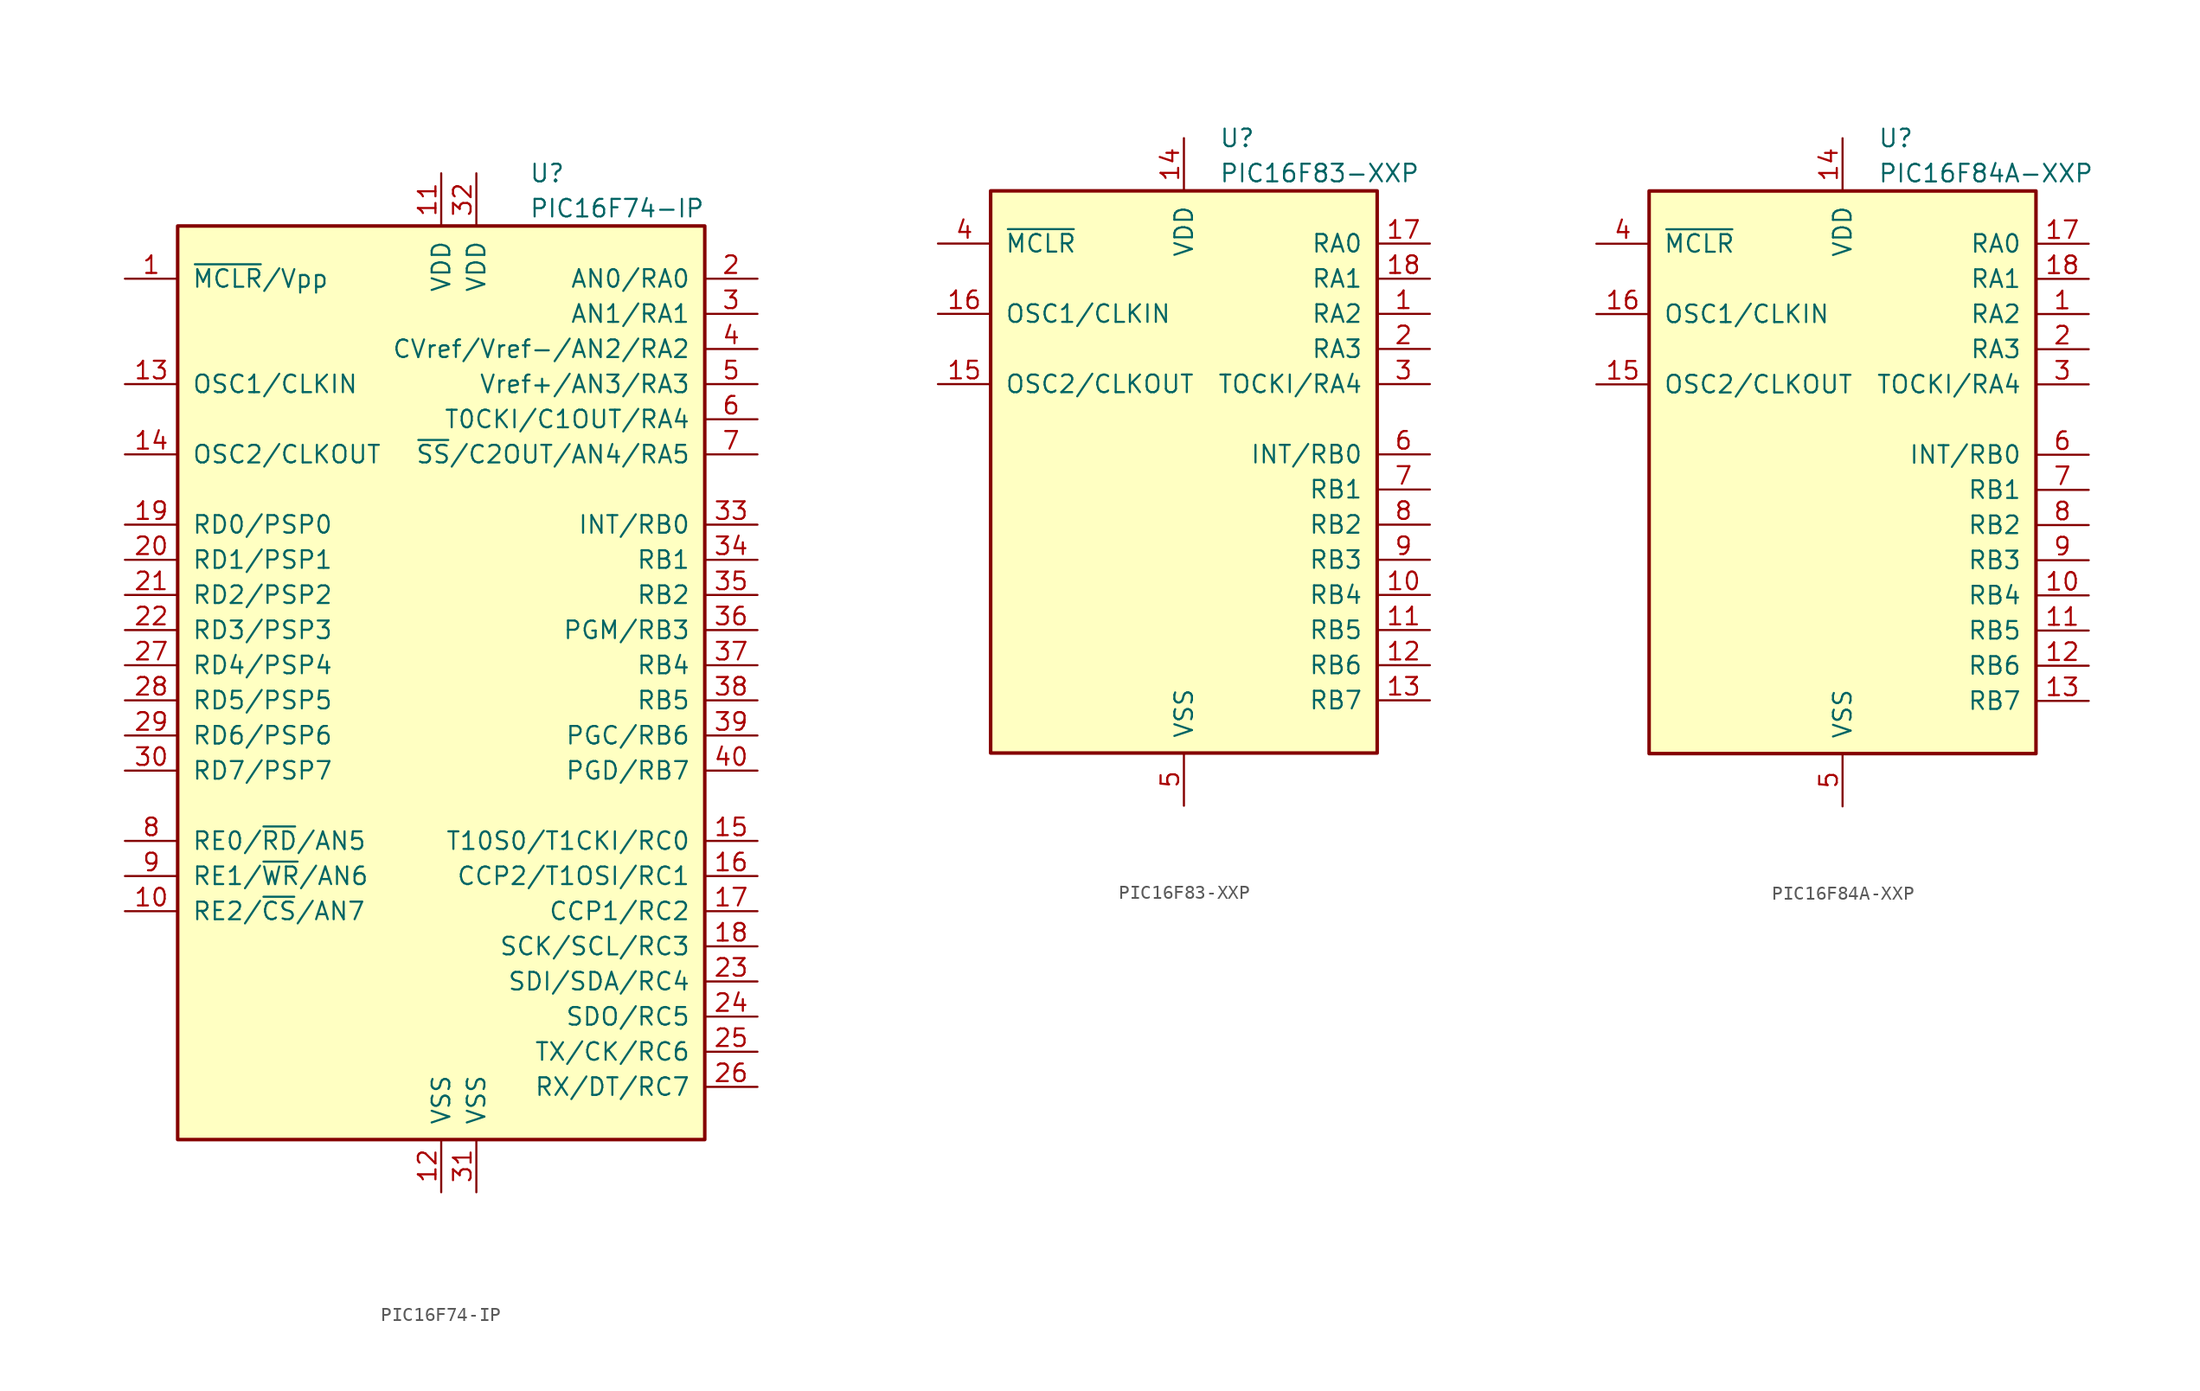
<source format=kicad_sym>
(kicad_symbol_lib
  (version 20201005)
  (generator kicad_symbol_editor)
  (symbol "MCU_Microchip_PIC16:PIC16F74-IP"
    (pin_names
      (offset 1.016))
    (property "Reference" "U"
      (at 6.35 35.56 0)
      (effects (font (size 1.27 1.27)) (justify left)))
    (property "Value" "PIC16F74-IP"
      (at 6.35 33.02 0)
      (effects (font (size 1.27 1.27)) (justify left)))
    (symbol "PIC16F74-IP_0_1"
      (rectangle (start -19.05 -34.29) (end 19.05 31.75) (stroke (width 0.254)) (fill (type background))))
    (symbol "PIC16F74-IP_1_1"
      (pin input line (at -22.86 27.94 0) (length 3.81) (name "~MCLR~/Vpp" (effects (font (size 1.27 1.27)))) (number "1" (effects (font (size 1.27 1.27)))))
      (pin bidirectional line (at -22.86 -17.78 0) (length 3.81) (name "RE2/~CS~/AN7" (effects (font (size 1.27 1.27)))) (number "10" (effects (font (size 1.27 1.27)))))
      (pin power_in line (at 0 35.56 270) (length 3.81) (name "VDD" (effects (font (size 1.27 1.27)))) (number "11" (effects (font (size 1.27 1.27)))))
      (pin power_in line (at 0 -38.1 90) (length 3.81) (name "VSS" (effects (font (size 1.27 1.27)))) (number "12" (effects (font (size 1.27 1.27)))))
      (pin input line (at -22.86 20.32 0) (length 3.81) (name "OSC1/CLKIN" (effects (font (size 1.27 1.27)))) (number "13" (effects (font (size 1.27 1.27)))))
      (pin output line (at -22.86 15.24 0) (length 3.81) (name "OSC2/CLKOUT" (effects (font (size 1.27 1.27)))) (number "14" (effects (font (size 1.27 1.27)))))
      (pin bidirectional line (at 22.86 -12.7 180) (length 3.81) (name "T10S0/T1CKI/RC0" (effects (font (size 1.27 1.27)))) (number "15" (effects (font (size 1.27 1.27)))))
      (pin bidirectional line (at 22.86 -15.24 180) (length 3.81) (name "CCP2/T1OSI/RC1" (effects (font (size 1.27 1.27)))) (number "16" (effects (font (size 1.27 1.27)))))
      (pin bidirectional line (at 22.86 -17.78 180) (length 3.81) (name "CCP1/RC2" (effects (font (size 1.27 1.27)))) (number "17" (effects (font (size 1.27 1.27)))))
      (pin bidirectional line (at 22.86 -20.32 180) (length 3.81) (name "SCK/SCL/RC3" (effects (font (size 1.27 1.27)))) (number "18" (effects (font (size 1.27 1.27)))))
      (pin bidirectional line (at -22.86 10.16 0) (length 3.81) (name "RD0/PSP0" (effects (font (size 1.27 1.27)))) (number "19" (effects (font (size 1.27 1.27)))))
      (pin bidirectional line (at 22.86 27.94 180) (length 3.81) (name "AN0/RA0" (effects (font (size 1.27 1.27)))) (number "2" (effects (font (size 1.27 1.27)))))
      (pin bidirectional line (at -22.86 7.62 0) (length 3.81) (name "RD1/PSP1" (effects (font (size 1.27 1.27)))) (number "20" (effects (font (size 1.27 1.27)))))
      (pin bidirectional line (at -22.86 5.08 0) (length 3.81) (name "RD2/PSP2" (effects (font (size 1.27 1.27)))) (number "21" (effects (font (size 1.27 1.27)))))
      (pin bidirectional line (at -22.86 2.54 0) (length 3.81) (name "RD3/PSP3" (effects (font (size 1.27 1.27)))) (number "22" (effects (font (size 1.27 1.27)))))
      (pin bidirectional line (at 22.86 -22.86 180) (length 3.81) (name "SDI/SDA/RC4" (effects (font (size 1.27 1.27)))) (number "23" (effects (font (size 1.27 1.27)))))
      (pin bidirectional line (at 22.86 -25.4 180) (length 3.81) (name "SDO/RC5" (effects (font (size 1.27 1.27)))) (number "24" (effects (font (size 1.27 1.27)))))
      (pin bidirectional line (at 22.86 -27.94 180) (length 3.81) (name "TX/CK/RC6" (effects (font (size 1.27 1.27)))) (number "25" (effects (font (size 1.27 1.27)))))
      (pin bidirectional line (at 22.86 -30.48 180) (length 3.81) (name "RX/DT/RC7" (effects (font (size 1.27 1.27)))) (number "26" (effects (font (size 1.27 1.27)))))
      (pin bidirectional line (at -22.86 0 0) (length 3.81) (name "RD4/PSP4" (effects (font (size 1.27 1.27)))) (number "27" (effects (font (size 1.27 1.27)))))
      (pin bidirectional line (at -22.86 -2.54 0) (length 3.81) (name "RD5/PSP5" (effects (font (size 1.27 1.27)))) (number "28" (effects (font (size 1.27 1.27)))))
      (pin bidirectional line (at -22.86 -5.08 0) (length 3.81) (name "RD6/PSP6" (effects (font (size 1.27 1.27)))) (number "29" (effects (font (size 1.27 1.27)))))
      (pin bidirectional line (at 22.86 25.4 180) (length 3.81) (name "AN1/RA1" (effects (font (size 1.27 1.27)))) (number "3" (effects (font (size 1.27 1.27)))))
      (pin bidirectional line (at -22.86 -7.62 0) (length 3.81) (name "RD7/PSP7" (effects (font (size 1.27 1.27)))) (number "30" (effects (font (size 1.27 1.27)))))
      (pin power_in line (at 2.54 -38.1 90) (length 3.81) (name "VSS" (effects (font (size 1.27 1.27)))) (number "31" (effects (font (size 1.27 1.27)))))
      (pin power_in line (at 2.54 35.56 270) (length 3.81) (name "VDD" (effects (font (size 1.27 1.27)))) (number "32" (effects (font (size 1.27 1.27)))))
      (pin bidirectional line (at 22.86 10.16 180) (length 3.81) (name "INT/RB0" (effects (font (size 1.27 1.27)))) (number "33" (effects (font (size 1.27 1.27)))))
      (pin bidirectional line (at 22.86 7.62 180) (length 3.81) (name "RB1" (effects (font (size 1.27 1.27)))) (number "34" (effects (font (size 1.27 1.27)))))
      (pin bidirectional line (at 22.86 5.08 180) (length 3.81) (name "RB2" (effects (font (size 1.27 1.27)))) (number "35" (effects (font (size 1.27 1.27)))))
      (pin bidirectional line (at 22.86 2.54 180) (length 3.81) (name "PGM/RB3" (effects (font (size 1.27 1.27)))) (number "36" (effects (font (size 1.27 1.27)))))
      (pin bidirectional line (at 22.86 0 180) (length 3.81) (name "RB4" (effects (font (size 1.27 1.27)))) (number "37" (effects (font (size 1.27 1.27)))))
      (pin bidirectional line (at 22.86 -2.54 180) (length 3.81) (name "RB5" (effects (font (size 1.27 1.27)))) (number "38" (effects (font (size 1.27 1.27)))))
      (pin bidirectional line (at 22.86 -5.08 180) (length 3.81) (name "PGC/RB6" (effects (font (size 1.27 1.27)))) (number "39" (effects (font (size 1.27 1.27)))))
      (pin bidirectional line (at 22.86 22.86 180) (length 3.81) (name "CVref/Vref-/AN2/RA2" (effects (font (size 1.27 1.27)))) (number "4" (effects (font (size 1.27 1.27)))))
      (pin bidirectional line (at 22.86 -7.62 180) (length 3.81) (name "PGD/RB7" (effects (font (size 1.27 1.27)))) (number "40" (effects (font (size 1.27 1.27)))))
      (pin bidirectional line (at 22.86 20.32 180) (length 3.81) (name "Vref+/AN3/RA3" (effects (font (size 1.27 1.27)))) (number "5" (effects (font (size 1.27 1.27)))))
      (pin bidirectional line (at 22.86 17.78 180) (length 3.81) (name "T0CKI/C1OUT/RA4" (effects (font (size 1.27 1.27)))) (number "6" (effects (font (size 1.27 1.27)))))
      (pin bidirectional line (at 22.86 15.24 180) (length 3.81) (name "~SS~/C2OUT/AN4/RA5" (effects (font (size 1.27 1.27)))) (number "7" (effects (font (size 1.27 1.27)))))
      (pin bidirectional line (at -22.86 -12.7 0) (length 3.81) (name "RE0/~RD~/AN5" (effects (font (size 1.27 1.27)))) (number "8" (effects (font (size 1.27 1.27)))))
      (pin bidirectional line (at -22.86 -15.24 0) (length 3.81) (name "RE1/~WR~/AN6" (effects (font (size 1.27 1.27)))) (number "9" (effects (font (size 1.27 1.27)))))))
  (symbol "MCU_Microchip_PIC16:PIC16F83-XXP"
    (pin_names
      (offset 1.016))
    (property "Reference" "U"
      (at 2.54 22.86 0)
      (effects (font (size 1.27 1.27)) (justify left)))
    (property "Value" "PIC16F83-XXP"
      (at 2.54 20.32 0)
      (effects (font (size 1.27 1.27)) (justify left)))
    (symbol "PIC16F83-XXP_0_1"
      (rectangle (start -13.97 19.05) (end 13.97 -21.59) (stroke (width 0.254)) (fill (type background))))
    (symbol "PIC16F83-XXP_1_1"
      (pin bidirectional line (at 17.78 10.16 180) (length 3.81) (name "RA2" (effects (font (size 1.27 1.27)))) (number "1" (effects (font (size 1.27 1.27)))))
      (pin bidirectional line (at 17.78 -10.16 180) (length 3.81) (name "RB4" (effects (font (size 1.27 1.27)))) (number "10" (effects (font (size 1.27 1.27)))))
      (pin bidirectional line (at 17.78 -12.7 180) (length 3.81) (name "RB5" (effects (font (size 1.27 1.27)))) (number "11" (effects (font (size 1.27 1.27)))))
      (pin bidirectional line (at 17.78 -15.24 180) (length 3.81) (name "RB6" (effects (font (size 1.27 1.27)))) (number "12" (effects (font (size 1.27 1.27)))))
      (pin bidirectional line (at 17.78 -17.78 180) (length 3.81) (name "RB7" (effects (font (size 1.27 1.27)))) (number "13" (effects (font (size 1.27 1.27)))))
      (pin power_in line (at 0 22.86 270) (length 3.81) (name "VDD" (effects (font (size 1.27 1.27)))) (number "14" (effects (font (size 1.27 1.27)))))
      (pin output line (at -17.78 5.08 0) (length 3.81) (name "OSC2/CLKOUT" (effects (font (size 1.27 1.27)))) (number "15" (effects (font (size 1.27 1.27)))))
      (pin input line (at -17.78 10.16 0) (length 3.81) (name "OSC1/CLKIN" (effects (font (size 1.27 1.27)))) (number "16" (effects (font (size 1.27 1.27)))))
      (pin bidirectional line (at 17.78 15.24 180) (length 3.81) (name "RA0" (effects (font (size 1.27 1.27)))) (number "17" (effects (font (size 1.27 1.27)))))
      (pin bidirectional line (at 17.78 12.7 180) (length 3.81) (name "RA1" (effects (font (size 1.27 1.27)))) (number "18" (effects (font (size 1.27 1.27)))))
      (pin bidirectional line (at 17.78 7.62 180) (length 3.81) (name "RA3" (effects (font (size 1.27 1.27)))) (number "2" (effects (font (size 1.27 1.27)))))
      (pin bidirectional line (at 17.78 5.08 180) (length 3.81) (name "TOCKI/RA4" (effects (font (size 1.27 1.27)))) (number "3" (effects (font (size 1.27 1.27)))))
      (pin input line (at -17.78 15.24 0) (length 3.81) (name "~MCLR~" (effects (font (size 1.27 1.27)))) (number "4" (effects (font (size 1.27 1.27)))))
      (pin power_in line (at 0 -25.4 90) (length 3.81) (name "VSS" (effects (font (size 1.27 1.27)))) (number "5" (effects (font (size 1.27 1.27)))))
      (pin bidirectional line (at 17.78 0 180) (length 3.81) (name "INT/RB0" (effects (font (size 1.27 1.27)))) (number "6" (effects (font (size 1.27 1.27)))))
      (pin bidirectional line (at 17.78 -2.54 180) (length 3.81) (name "RB1" (effects (font (size 1.27 1.27)))) (number "7" (effects (font (size 1.27 1.27)))))
      (pin bidirectional line (at 17.78 -5.08 180) (length 3.81) (name "RB2" (effects (font (size 1.27 1.27)))) (number "8" (effects (font (size 1.27 1.27)))))
      (pin bidirectional line (at 17.78 -7.62 180) (length 3.81) (name "RB3" (effects (font (size 1.27 1.27)))) (number "9" (effects (font (size 1.27 1.27)))))))
  (symbol "MCU_Microchip_PIC16:PIC16F84A-XXP"
    (pin_names
      (offset 1.016))
    (property "Reference" "U"
      (at 2.54 22.86 0)
      (effects (font (size 1.27 1.27)) (justify left)))
    (property "Value" "PIC16F84A-XXP"
      (at 2.54 20.32 0)
      (effects (font (size 1.27 1.27)) (justify left)))
    (symbol "PIC16F84A-XXP_0_1"
      (rectangle (start -13.97 19.05) (end 13.97 -21.59) (stroke (width 0.254)) (fill (type background))))
    (symbol "PIC16F84A-XXP_1_1"
      (pin bidirectional line (at 17.78 10.16 180) (length 3.81) (name "RA2" (effects (font (size 1.27 1.27)))) (number "1" (effects (font (size 1.27 1.27)))))
      (pin bidirectional line (at 17.78 -10.16 180) (length 3.81) (name "RB4" (effects (font (size 1.27 1.27)))) (number "10" (effects (font (size 1.27 1.27)))))
      (pin bidirectional line (at 17.78 -12.7 180) (length 3.81) (name "RB5" (effects (font (size 1.27 1.27)))) (number "11" (effects (font (size 1.27 1.27)))))
      (pin bidirectional line (at 17.78 -15.24 180) (length 3.81) (name "RB6" (effects (font (size 1.27 1.27)))) (number "12" (effects (font (size 1.27 1.27)))))
      (pin bidirectional line (at 17.78 -17.78 180) (length 3.81) (name "RB7" (effects (font (size 1.27 1.27)))) (number "13" (effects (font (size 1.27 1.27)))))
      (pin power_in line (at 0 22.86 270) (length 3.81) (name "VDD" (effects (font (size 1.27 1.27)))) (number "14" (effects (font (size 1.27 1.27)))))
      (pin output line (at -17.78 5.08 0) (length 3.81) (name "OSC2/CLKOUT" (effects (font (size 1.27 1.27)))) (number "15" (effects (font (size 1.27 1.27)))))
      (pin input line (at -17.78 10.16 0) (length 3.81) (name "OSC1/CLKIN" (effects (font (size 1.27 1.27)))) (number "16" (effects (font (size 1.27 1.27)))))
      (pin bidirectional line (at 17.78 15.24 180) (length 3.81) (name "RA0" (effects (font (size 1.27 1.27)))) (number "17" (effects (font (size 1.27 1.27)))))
      (pin bidirectional line (at 17.78 12.7 180) (length 3.81) (name "RA1" (effects (font (size 1.27 1.27)))) (number "18" (effects (font (size 1.27 1.27)))))
      (pin bidirectional line (at 17.78 7.62 180) (length 3.81) (name "RA3" (effects (font (size 1.27 1.27)))) (number "2" (effects (font (size 1.27 1.27)))))
      (pin bidirectional line (at 17.78 5.08 180) (length 3.81) (name "TOCKI/RA4" (effects (font (size 1.27 1.27)))) (number "3" (effects (font (size 1.27 1.27)))))
      (pin input line (at -17.78 15.24 0) (length 3.81) (name "~MCLR~" (effects (font (size 1.27 1.27)))) (number "4" (effects (font (size 1.27 1.27)))))
      (pin power_in line (at 0 -25.4 90) (length 3.81) (name "VSS" (effects (font (size 1.27 1.27)))) (number "5" (effects (font (size 1.27 1.27)))))
      (pin bidirectional line (at 17.78 0 180) (length 3.81) (name "INT/RB0" (effects (font (size 1.27 1.27)))) (number "6" (effects (font (size 1.27 1.27)))))
      (pin bidirectional line (at 17.78 -2.54 180) (length 3.81) (name "RB1" (effects (font (size 1.27 1.27)))) (number "7" (effects (font (size 1.27 1.27)))))
      (pin bidirectional line (at 17.78 -5.08 180) (length 3.81) (name "RB2" (effects (font (size 1.27 1.27)))) (number "8" (effects (font (size 1.27 1.27)))))
      (pin bidirectional line (at 17.78 -7.62 180) (length 3.81) (name "RB3" (effects (font (size 1.27 1.27)))) (number "9" (effects (font (size 1.27 1.27))))))))
</source>
